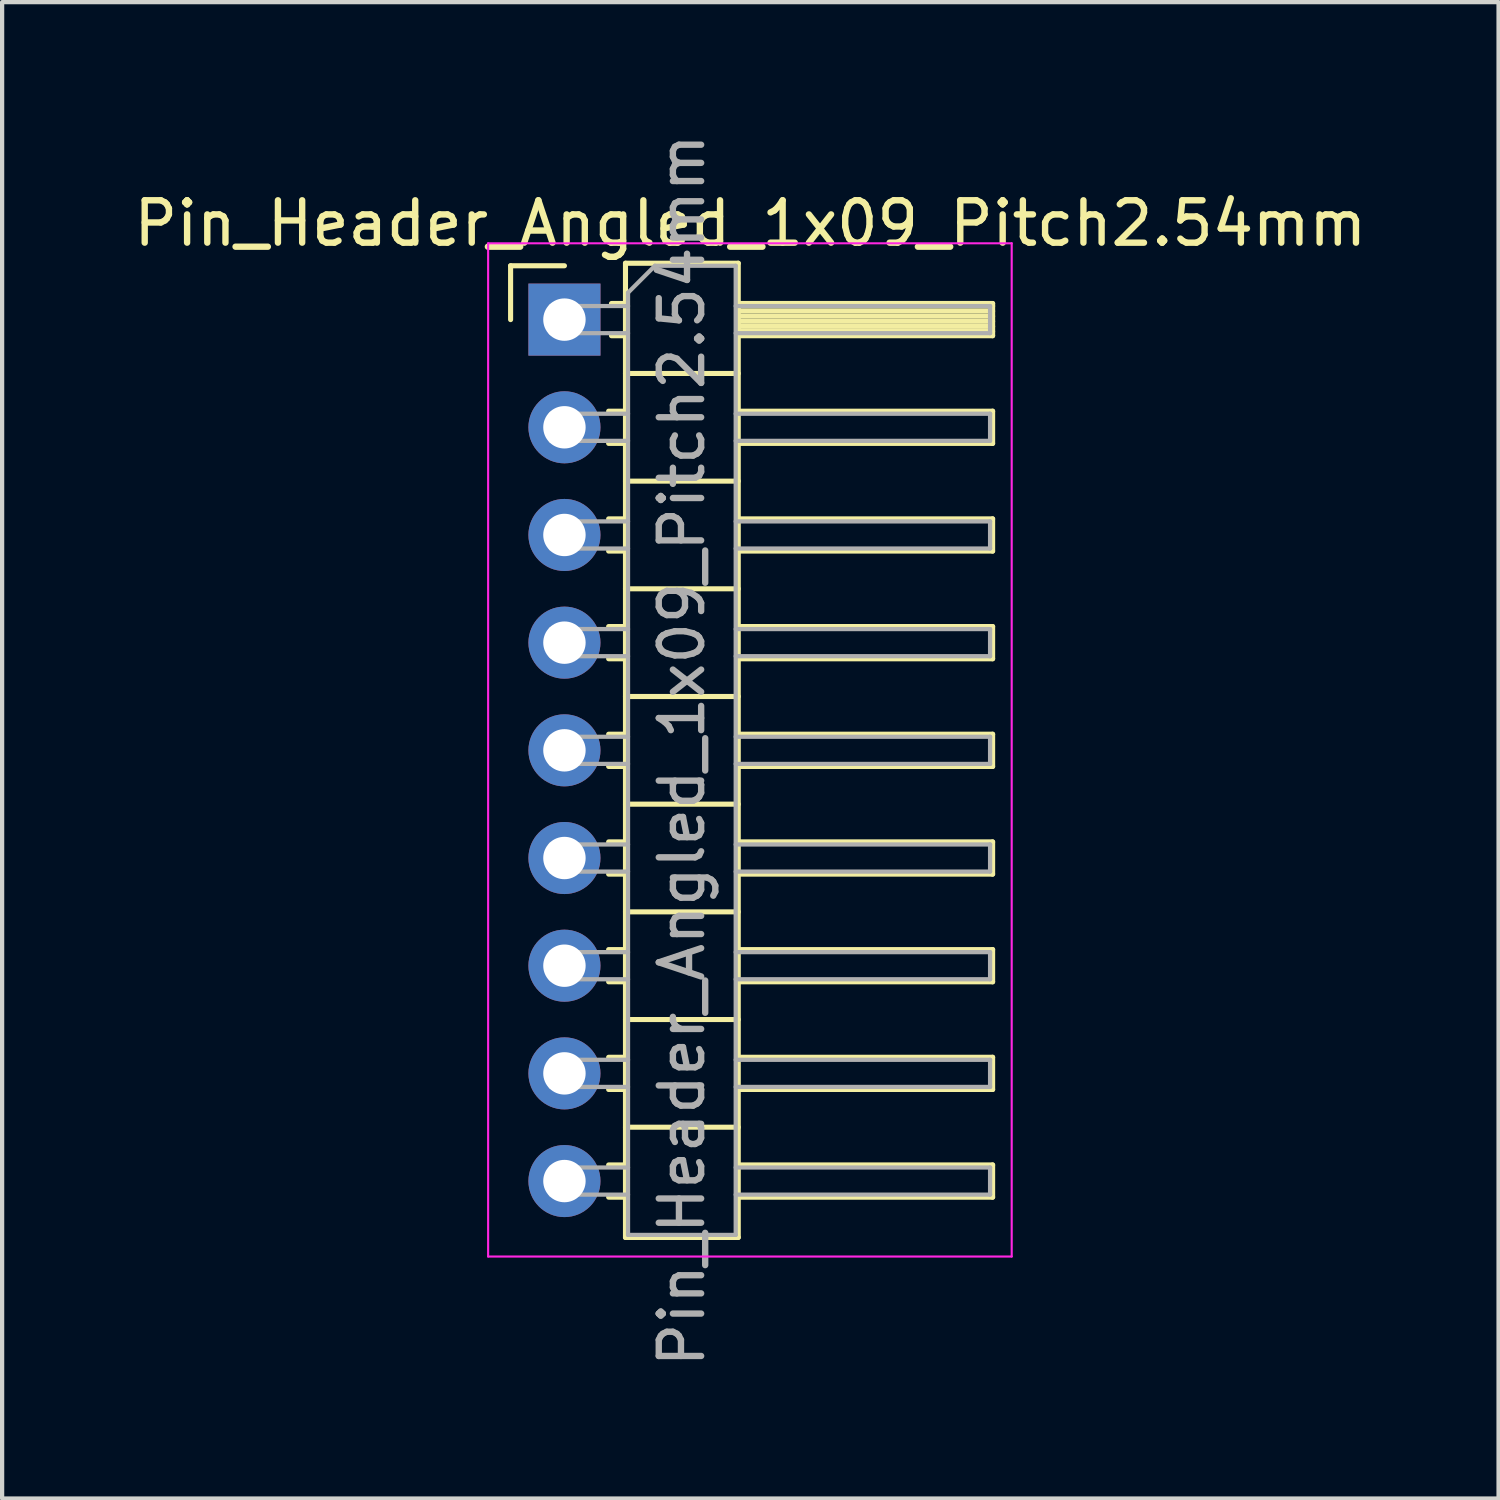
<source format=kicad_pcb>
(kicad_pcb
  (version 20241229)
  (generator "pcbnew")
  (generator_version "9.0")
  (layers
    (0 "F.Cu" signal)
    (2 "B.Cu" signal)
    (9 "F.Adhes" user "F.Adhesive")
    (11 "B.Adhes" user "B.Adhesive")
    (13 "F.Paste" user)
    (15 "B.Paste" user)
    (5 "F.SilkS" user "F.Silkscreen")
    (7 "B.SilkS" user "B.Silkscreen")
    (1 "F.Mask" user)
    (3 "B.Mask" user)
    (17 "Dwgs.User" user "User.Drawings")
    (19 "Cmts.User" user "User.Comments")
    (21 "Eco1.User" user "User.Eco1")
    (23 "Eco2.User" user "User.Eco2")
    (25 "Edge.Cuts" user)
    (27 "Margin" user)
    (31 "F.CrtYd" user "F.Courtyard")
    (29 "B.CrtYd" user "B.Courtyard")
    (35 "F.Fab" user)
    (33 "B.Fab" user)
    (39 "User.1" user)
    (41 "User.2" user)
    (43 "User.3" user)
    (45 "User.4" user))
  (footprint "Pin_Header_Angled_1x09_Pitch2.54mm"
    (layer "F.Cu")
    (at 10.264 4.489)
    (property "Reference" "Pin_Header_Angled_1x09_Pitch2.54mm" (at 4.385 -2.27 0) (layer "F.SilkS") (effects (font (size 1 1) (thickness 0.15))))
    (attr through_hole)
    (fp_line (start -1.27 -1.27) (end 0 -1.27) (stroke (width 0.12) (type solid)) (layer "F.SilkS"))
    (fp_line (start -1.27 0) (end -1.27 -1.27) (stroke (width 0.12) (type solid)) (layer "F.SilkS"))
    (fp_line (start 1.043 2.16) (end 1.44 2.16) (stroke (width 0.12) (type solid)) (layer "F.SilkS"))
    (fp_line (start 1.043 2.92) (end 1.44 2.92) (stroke (width 0.12) (type solid)) (layer "F.SilkS"))
    (fp_line (start 1.043 4.7) (end 1.44 4.7) (stroke (width 0.12) (type solid)) (layer "F.SilkS"))
    (fp_line (start 1.043 5.46) (end 1.44 5.46) (stroke (width 0.12) (type solid)) (layer "F.SilkS"))
    (fp_line (start 1.043 7.24) (end 1.44 7.24) (stroke (width 0.12) (type solid)) (layer "F.SilkS"))
    (fp_line (start 1.043 8) (end 1.44 8) (stroke (width 0.12) (type solid)) (layer "F.SilkS"))
    (fp_line (start 1.043 9.78) (end 1.44 9.78) (stroke (width 0.12) (type solid)) (layer "F.SilkS"))
    (fp_line (start 1.043 10.54) (end 1.44 10.54) (stroke (width 0.12) (type solid)) (layer "F.SilkS"))
    (fp_line (start 1.043 12.32) (end 1.44 12.32) (stroke (width 0.12) (type solid)) (layer "F.SilkS"))
    (fp_line (start 1.043 13.08) (end 1.44 13.08) (stroke (width 0.12) (type solid)) (layer "F.SilkS"))
    (fp_line (start 1.043 14.86) (end 1.44 14.86) (stroke (width 0.12) (type solid)) (layer "F.SilkS"))
    (fp_line (start 1.043 15.62) (end 1.44 15.62) (stroke (width 0.12) (type solid)) (layer "F.SilkS"))
    (fp_line (start 1.043 17.4) (end 1.44 17.4) (stroke (width 0.12) (type solid)) (layer "F.SilkS"))
    (fp_line (start 1.043 18.16) (end 1.44 18.16) (stroke (width 0.12) (type solid)) (layer "F.SilkS"))
    (fp_line (start 1.043 19.94) (end 1.44 19.94) (stroke (width 0.12) (type solid)) (layer "F.SilkS"))
    (fp_line (start 1.043 20.7) (end 1.44 20.7) (stroke (width 0.12) (type solid)) (layer "F.SilkS"))
    (fp_line (start 1.11 -0.38) (end 1.44 -0.38) (stroke (width 0.12) (type solid)) (layer "F.SilkS"))
    (fp_line (start 1.11 0.38) (end 1.44 0.38) (stroke (width 0.12) (type solid)) (layer "F.SilkS"))
    (fp_line (start 1.44 -1.33) (end 1.44 21.65) (stroke (width 0.12) (type solid)) (layer "F.SilkS"))
    (fp_line (start 1.44 1.27) (end 4.1 1.27) (stroke (width 0.12) (type solid)) (layer "F.SilkS"))
    (fp_line (start 1.44 3.81) (end 4.1 3.81) (stroke (width 0.12) (type solid)) (layer "F.SilkS"))
    (fp_line (start 1.44 6.35) (end 4.1 6.35) (stroke (width 0.12) (type solid)) (layer "F.SilkS"))
    (fp_line (start 1.44 8.89) (end 4.1 8.89) (stroke (width 0.12) (type solid)) (layer "F.SilkS"))
    (fp_line (start 1.44 11.43) (end 4.1 11.43) (stroke (width 0.12) (type solid)) (layer "F.SilkS"))
    (fp_line (start 1.44 13.97) (end 4.1 13.97) (stroke (width 0.12) (type solid)) (layer "F.SilkS"))
    (fp_line (start 1.44 16.51) (end 4.1 16.51) (stroke (width 0.12) (type solid)) (layer "F.SilkS"))
    (fp_line (start 1.44 19.05) (end 4.1 19.05) (stroke (width 0.12) (type solid)) (layer "F.SilkS"))
    (fp_line (start 1.44 21.65) (end 4.1 21.65) (stroke (width 0.12) (type solid)) (layer "F.SilkS"))
    (fp_line (start 4.1 -1.33) (end 1.44 -1.33) (stroke (width 0.12) (type solid)) (layer "F.SilkS"))
    (fp_line (start 4.1 -0.38) (end 10.1 -0.38) (stroke (width 0.12) (type solid)) (layer "F.SilkS"))
    (fp_line (start 4.1 -0.32) (end 10.1 -0.32) (stroke (width 0.12) (type solid)) (layer "F.SilkS"))
    (fp_line (start 4.1 -0.2) (end 10.1 -0.2) (stroke (width 0.12) (type solid)) (layer "F.SilkS"))
    (fp_line (start 4.1 -0.08) (end 10.1 -0.08) (stroke (width 0.12) (type solid)) (layer "F.SilkS"))
    (fp_line (start 4.1 0.04) (end 10.1 0.04) (stroke (width 0.12) (type solid)) (layer "F.SilkS"))
    (fp_line (start 4.1 0.16) (end 10.1 0.16) (stroke (width 0.12) (type solid)) (layer "F.SilkS"))
    (fp_line (start 4.1 0.28) (end 10.1 0.28) (stroke (width 0.12) (type solid)) (layer "F.SilkS"))
    (fp_line (start 4.1 2.16) (end 10.1 2.16) (stroke (width 0.12) (type solid)) (layer "F.SilkS"))
    (fp_line (start 4.1 4.7) (end 10.1 4.7) (stroke (width 0.12) (type solid)) (layer "F.SilkS"))
    (fp_line (start 4.1 7.24) (end 10.1 7.24) (stroke (width 0.12) (type solid)) (layer "F.SilkS"))
    (fp_line (start 4.1 9.78) (end 10.1 9.78) (stroke (width 0.12) (type solid)) (layer "F.SilkS"))
    (fp_line (start 4.1 12.32) (end 10.1 12.32) (stroke (width 0.12) (type solid)) (layer "F.SilkS"))
    (fp_line (start 4.1 14.86) (end 10.1 14.86) (stroke (width 0.12) (type solid)) (layer "F.SilkS"))
    (fp_line (start 4.1 17.4) (end 10.1 17.4) (stroke (width 0.12) (type solid)) (layer "F.SilkS"))
    (fp_line (start 4.1 19.94) (end 10.1 19.94) (stroke (width 0.12) (type solid)) (layer "F.SilkS"))
    (fp_line (start 4.1 21.65) (end 4.1 -1.33) (stroke (width 0.12) (type solid)) (layer "F.SilkS"))
    (fp_line (start 10.1 -0.38) (end 10.1 0.38) (stroke (width 0.12) (type solid)) (layer "F.SilkS"))
    (fp_line (start 10.1 0.38) (end 4.1 0.38) (stroke (width 0.12) (type solid)) (layer "F.SilkS"))
    (fp_line (start 10.1 2.16) (end 10.1 2.92) (stroke (width 0.12) (type solid)) (layer "F.SilkS"))
    (fp_line (start 10.1 2.92) (end 4.1 2.92) (stroke (width 0.12) (type solid)) (layer "F.SilkS"))
    (fp_line (start 10.1 4.7) (end 10.1 5.46) (stroke (width 0.12) (type solid)) (layer "F.SilkS"))
    (fp_line (start 10.1 5.46) (end 4.1 5.46) (stroke (width 0.12) (type solid)) (layer "F.SilkS"))
    (fp_line (start 10.1 7.24) (end 10.1 8) (stroke (width 0.12) (type solid)) (layer "F.SilkS"))
    (fp_line (start 10.1 8) (end 4.1 8) (stroke (width 0.12) (type solid)) (layer "F.SilkS"))
    (fp_line (start 10.1 9.78) (end 10.1 10.54) (stroke (width 0.12) (type solid)) (layer "F.SilkS"))
    (fp_line (start 10.1 10.54) (end 4.1 10.54) (stroke (width 0.12) (type solid)) (layer "F.SilkS"))
    (fp_line (start 10.1 12.32) (end 10.1 13.08) (stroke (width 0.12) (type solid)) (layer "F.SilkS"))
    (fp_line (start 10.1 13.08) (end 4.1 13.08) (stroke (width 0.12) (type solid)) (layer "F.SilkS"))
    (fp_line (start 10.1 14.86) (end 10.1 15.62) (stroke (width 0.12) (type solid)) (layer "F.SilkS"))
    (fp_line (start 10.1 15.62) (end 4.1 15.62) (stroke (width 0.12) (type solid)) (layer "F.SilkS"))
    (fp_line (start 10.1 17.4) (end 10.1 18.16) (stroke (width 0.12) (type solid)) (layer "F.SilkS"))
    (fp_line (start 10.1 18.16) (end 4.1 18.16) (stroke (width 0.12) (type solid)) (layer "F.SilkS"))
    (fp_line (start 10.1 19.94) (end 10.1 20.7) (stroke (width 0.12) (type solid)) (layer "F.SilkS"))
    (fp_line (start 10.1 20.7) (end 4.1 20.7) (stroke (width 0.12) (type solid)) (layer "F.SilkS"))
    (fp_line (start -1.8 -1.8) (end -1.8 22.1) (stroke (width 0.05) (type solid)) (layer "F.CrtYd"))
    (fp_line (start -1.8 22.1) (end 10.55 22.1) (stroke (width 0.05) (type solid)) (layer "F.CrtYd"))
    (fp_line (start 10.55 -1.8) (end -1.8 -1.8) (stroke (width 0.05) (type solid)) (layer "F.CrtYd"))
    (fp_line (start 10.55 22.1) (end 10.55 -1.8) (stroke (width 0.05) (type solid)) (layer "F.CrtYd"))
    (fp_line (start -0.32 -0.32) (end -0.32 0.32) (stroke (width 0.1) (type solid)) (layer "F.Fab"))
    (fp_line (start -0.32 -0.32) (end 1.5 -0.32) (stroke (width 0.1) (type solid)) (layer "F.Fab"))
    (fp_line (start -0.32 0.32) (end 1.5 0.32) (stroke (width 0.1) (type solid)) (layer "F.Fab"))
    (fp_line (start -0.32 2.22) (end -0.32 2.86) (stroke (width 0.1) (type solid)) (layer "F.Fab"))
    (fp_line (start -0.32 2.22) (end 1.5 2.22) (stroke (width 0.1) (type solid)) (layer "F.Fab"))
    (fp_line (start -0.32 2.86) (end 1.5 2.86) (stroke (width 0.1) (type solid)) (layer "F.Fab"))
    (fp_line (start -0.32 4.76) (end -0.32 5.4) (stroke (width 0.1) (type solid)) (layer "F.Fab"))
    (fp_line (start -0.32 4.76) (end 1.5 4.76) (stroke (width 0.1) (type solid)) (layer "F.Fab"))
    (fp_line (start -0.32 5.4) (end 1.5 5.4) (stroke (width 0.1) (type solid)) (layer "F.Fab"))
    (fp_line (start -0.32 7.3) (end -0.32 7.94) (stroke (width 0.1) (type solid)) (layer "F.Fab"))
    (fp_line (start -0.32 7.3) (end 1.5 7.3) (stroke (width 0.1) (type solid)) (layer "F.Fab"))
    (fp_line (start -0.32 7.94) (end 1.5 7.94) (stroke (width 0.1) (type solid)) (layer "F.Fab"))
    (fp_line (start -0.32 9.84) (end -0.32 10.48) (stroke (width 0.1) (type solid)) (layer "F.Fab"))
    (fp_line (start -0.32 9.84) (end 1.5 9.84) (stroke (width 0.1) (type solid)) (layer "F.Fab"))
    (fp_line (start -0.32 10.48) (end 1.5 10.48) (stroke (width 0.1) (type solid)) (layer "F.Fab"))
    (fp_line (start -0.32 12.38) (end -0.32 13.02) (stroke (width 0.1) (type solid)) (layer "F.Fab"))
    (fp_line (start -0.32 12.38) (end 1.5 12.38) (stroke (width 0.1) (type solid)) (layer "F.Fab"))
    (fp_line (start -0.32 13.02) (end 1.5 13.02) (stroke (width 0.1) (type solid)) (layer "F.Fab"))
    (fp_line (start -0.32 14.92) (end -0.32 15.56) (stroke (width 0.1) (type solid)) (layer "F.Fab"))
    (fp_line (start -0.32 14.92) (end 1.5 14.92) (stroke (width 0.1) (type solid)) (layer "F.Fab"))
    (fp_line (start -0.32 15.56) (end 1.5 15.56) (stroke (width 0.1) (type solid)) (layer "F.Fab"))
    (fp_line (start -0.32 17.46) (end -0.32 18.1) (stroke (width 0.1) (type solid)) (layer "F.Fab"))
    (fp_line (start -0.32 17.46) (end 1.5 17.46) (stroke (width 0.1) (type solid)) (layer "F.Fab"))
    (fp_line (start -0.32 18.1) (end 1.5 18.1) (stroke (width 0.1) (type solid)) (layer "F.Fab"))
    (fp_line (start -0.32 20) (end -0.32 20.64) (stroke (width 0.1) (type solid)) (layer "F.Fab"))
    (fp_line (start -0.32 20) (end 1.5 20) (stroke (width 0.1) (type solid)) (layer "F.Fab"))
    (fp_line (start -0.32 20.64) (end 1.5 20.64) (stroke (width 0.1) (type solid)) (layer "F.Fab"))
    (fp_line (start 1.5 -0.635) (end 2.135 -1.27) (stroke (width 0.1) (type solid)) (layer "F.Fab"))
    (fp_line (start 1.5 21.59) (end 1.5 -0.635) (stroke (width 0.1) (type solid)) (layer "F.Fab"))
    (fp_line (start 2.135 -1.27) (end 4.04 -1.27) (stroke (width 0.1) (type solid)) (layer "F.Fab"))
    (fp_line (start 4.04 -1.27) (end 4.04 21.59) (stroke (width 0.1) (type solid)) (layer "F.Fab"))
    (fp_line (start 4.04 -0.32) (end 10.04 -0.32) (stroke (width 0.1) (type solid)) (layer "F.Fab"))
    (fp_line (start 4.04 0.32) (end 10.04 0.32) (stroke (width 0.1) (type solid)) (layer "F.Fab"))
    (fp_line (start 4.04 2.22) (end 10.04 2.22) (stroke (width 0.1) (type solid)) (layer "F.Fab"))
    (fp_line (start 4.04 2.86) (end 10.04 2.86) (stroke (width 0.1) (type solid)) (layer "F.Fab"))
    (fp_line (start 4.04 4.76) (end 10.04 4.76) (stroke (width 0.1) (type solid)) (layer "F.Fab"))
    (fp_line (start 4.04 5.4) (end 10.04 5.4) (stroke (width 0.1) (type solid)) (layer "F.Fab"))
    (fp_line (start 4.04 7.3) (end 10.04 7.3) (stroke (width 0.1) (type solid)) (layer "F.Fab"))
    (fp_line (start 4.04 7.94) (end 10.04 7.94) (stroke (width 0.1) (type solid)) (layer "F.Fab"))
    (fp_line (start 4.04 9.84) (end 10.04 9.84) (stroke (width 0.1) (type solid)) (layer "F.Fab"))
    (fp_line (start 4.04 10.48) (end 10.04 10.48) (stroke (width 0.1) (type solid)) (layer "F.Fab"))
    (fp_line (start 4.04 12.38) (end 10.04 12.38) (stroke (width 0.1) (type solid)) (layer "F.Fab"))
    (fp_line (start 4.04 13.02) (end 10.04 13.02) (stroke (width 0.1) (type solid)) (layer "F.Fab"))
    (fp_line (start 4.04 14.92) (end 10.04 14.92) (stroke (width 0.1) (type solid)) (layer "F.Fab"))
    (fp_line (start 4.04 15.56) (end 10.04 15.56) (stroke (width 0.1) (type solid)) (layer "F.Fab"))
    (fp_line (start 4.04 17.46) (end 10.04 17.46) (stroke (width 0.1) (type solid)) (layer "F.Fab"))
    (fp_line (start 4.04 18.1) (end 10.04 18.1) (stroke (width 0.1) (type solid)) (layer "F.Fab"))
    (fp_line (start 4.04 20) (end 10.04 20) (stroke (width 0.1) (type solid)) (layer "F.Fab"))
    (fp_line (start 4.04 20.64) (end 10.04 20.64) (stroke (width 0.1) (type solid)) (layer "F.Fab"))
    (fp_line (start 4.04 21.59) (end 1.5 21.59) (stroke (width 0.1) (type solid)) (layer "F.Fab"))
    (fp_line (start 10.04 -0.32) (end 10.04 0.32) (stroke (width 0.1) (type solid)) (layer "F.Fab"))
    (fp_line (start 10.04 2.22) (end 10.04 2.86) (stroke (width 0.1) (type solid)) (layer "F.Fab"))
    (fp_line (start 10.04 4.76) (end 10.04 5.4) (stroke (width 0.1) (type solid)) (layer "F.Fab"))
    (fp_line (start 10.04 7.3) (end 10.04 7.94) (stroke (width 0.1) (type solid)) (layer "F.Fab"))
    (fp_line (start 10.04 9.84) (end 10.04 10.48) (stroke (width 0.1) (type solid)) (layer "F.Fab"))
    (fp_line (start 10.04 12.38) (end 10.04 13.02) (stroke (width 0.1) (type solid)) (layer "F.Fab"))
    (fp_line (start 10.04 14.92) (end 10.04 15.56) (stroke (width 0.1) (type solid)) (layer "F.Fab"))
    (fp_line (start 10.04 17.46) (end 10.04 18.1) (stroke (width 0.1) (type solid)) (layer "F.Fab"))
    (fp_line (start 10.04 20) (end 10.04 20.64) (stroke (width 0.1) (type solid)) (layer "F.Fab"))
    (fp_text user "${REFERENCE}" (at 2.77 10.16 90) (layer "F.Fab") (effects (font (size 1 1) (thickness 0.15))))
    (pad "1" thru_hole rect (at 0 0) (size 1.7 1.7) (drill 1) (layers "*.Cu" "*.Mask"))
    (pad "2" thru_hole oval (at 0 2.54) (size 1.7 1.7) (drill 1) (layers "*.Cu" "*.Mask"))
    (pad "3" thru_hole oval (at 0 5.08) (size 1.7 1.7) (drill 1) (layers "*.Cu" "*.Mask"))
    (pad "4" thru_hole oval (at 0 7.62) (size 1.7 1.7) (drill 1) (layers "*.Cu" "*.Mask"))
    (pad "5" thru_hole oval (at 0 10.16) (size 1.7 1.7) (drill 1) (layers "*.Cu" "*.Mask"))
    (pad "6" thru_hole oval (at 0 12.7) (size 1.7 1.7) (drill 1) (layers "*.Cu" "*.Mask"))
    (pad "7" thru_hole oval (at 0 15.24) (size 1.7 1.7) (drill 1) (layers "*.Cu" "*.Mask"))
    (pad "8" thru_hole oval (at 0 17.78) (size 1.7 1.7) (drill 1) (layers "*.Cu" "*.Mask"))
    (pad "9" thru_hole oval (at 0 20.32) (size 1.7 1.7) (drill 1) (layers "*.Cu" "*.Mask")))
  (gr_rect
    (start -3 -3)
    (end 32.298 32.298)
    (stroke (width 0.1) (type default))
    (fill no)
    (layer "Edge.Cuts")))
</source>
